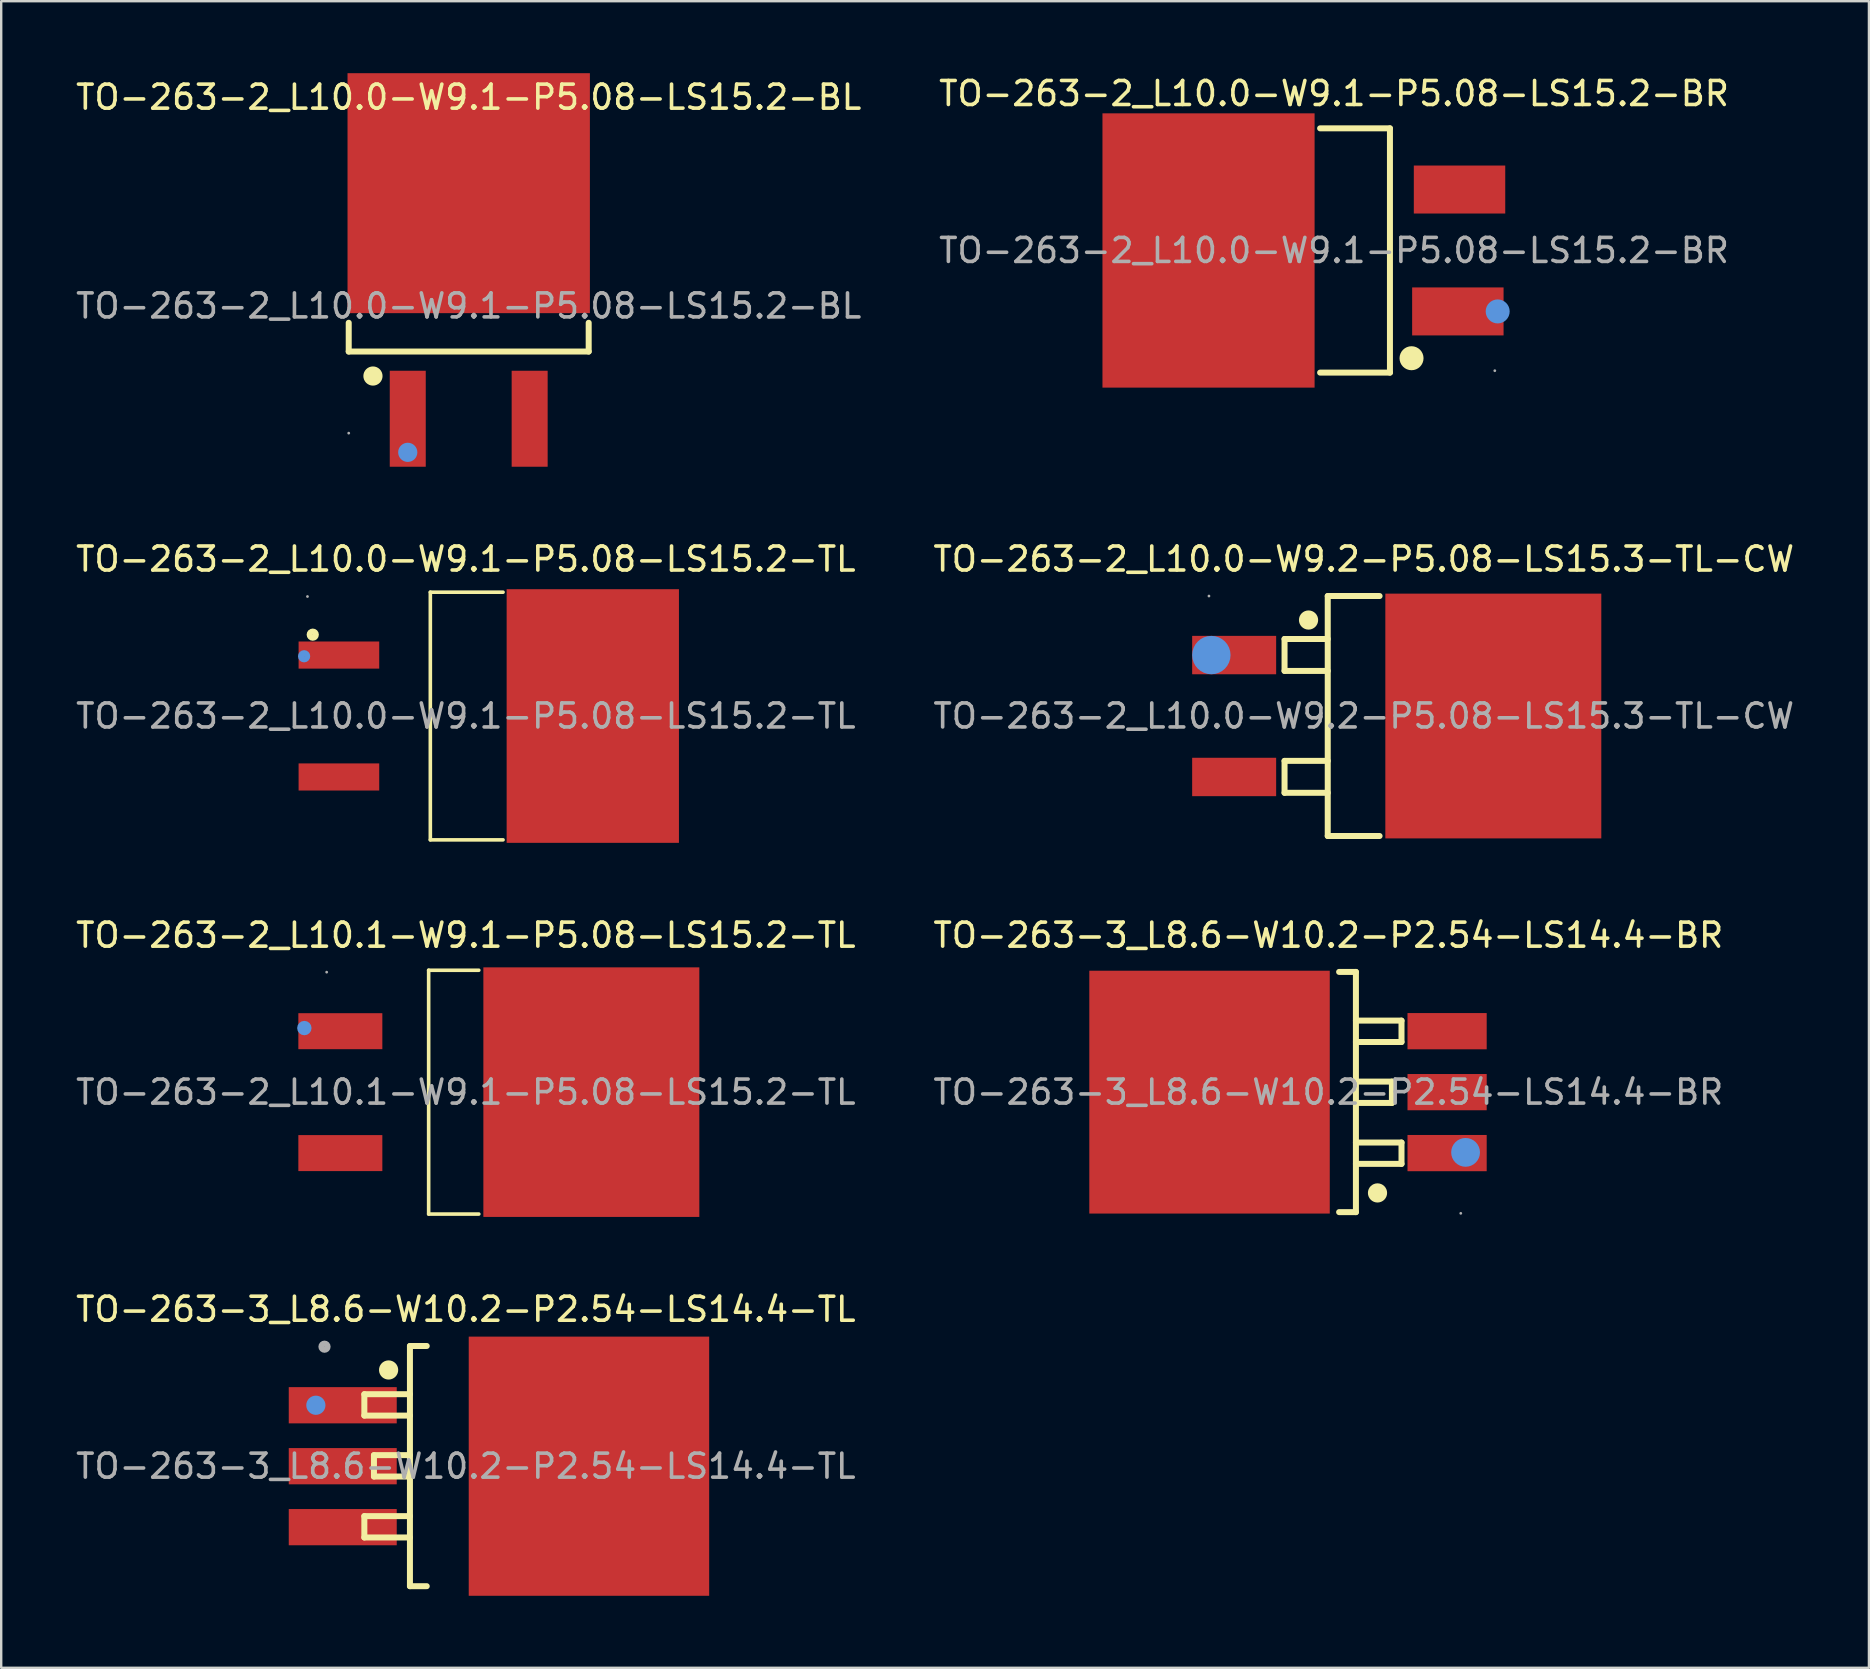
<source format=kicad_pcb>
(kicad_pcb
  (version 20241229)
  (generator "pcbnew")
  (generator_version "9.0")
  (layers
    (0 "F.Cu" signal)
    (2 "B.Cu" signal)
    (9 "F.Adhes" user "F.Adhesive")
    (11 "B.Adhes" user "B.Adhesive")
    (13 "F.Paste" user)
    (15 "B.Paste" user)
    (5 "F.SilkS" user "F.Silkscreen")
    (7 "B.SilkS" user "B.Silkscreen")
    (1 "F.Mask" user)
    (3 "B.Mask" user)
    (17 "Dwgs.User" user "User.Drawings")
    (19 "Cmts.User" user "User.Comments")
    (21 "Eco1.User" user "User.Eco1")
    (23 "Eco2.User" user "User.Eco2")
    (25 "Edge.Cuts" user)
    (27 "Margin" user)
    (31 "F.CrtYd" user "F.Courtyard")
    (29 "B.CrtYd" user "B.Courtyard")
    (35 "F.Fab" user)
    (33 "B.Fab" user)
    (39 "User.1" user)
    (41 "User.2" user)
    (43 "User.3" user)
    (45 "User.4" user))
  (footprint "TO-263-2_L10.0-W9.1-P5.08-LS15.2-TL"
    (layer "F.Cu")
    (at 16.363 26.788)
    (property "Reference" "TO-263-2_L10.0-W9.1-P5.08-LS15.2-TL" (at 0 -6.54 0) (layer "F.SilkS") (effects (font (size 1 1) (thickness 0.15))))
    (attr through_hole)
    (fp_line (start -1.48 -5.16) (end -1.48 5.16) (stroke (width 0.15) (type solid)) (layer "F.SilkS"))
    (fp_line (start 1.55 -5.16) (end -1.48 -5.16) (stroke (width 0.15) (type solid)) (layer "F.SilkS"))
    (fp_line (start 1.55 5.16) (end -1.48 5.16) (stroke (width 0.15) (type solid)) (layer "F.SilkS"))
    (fp_circle (center -6.38 -3.39) (end -6.25 -3.39) (stroke (width 0.25) (type solid)) (fill no) (layer "F.SilkS"))
    (fp_circle (center -6.74 -2.49) (end -6.61 -2.49) (stroke (width 0.25) (type solid)) (fill no) (layer "Cmts.User"))
    (fp_circle (center -6.6 -4.98) (end -6.57 -4.98) (stroke (width 0.06) (type solid)) (fill no) (layer "F.Fab"))
    (fp_text user "${REFERENCE}" (at 0 0 0) (layer "F.Fab") (effects (font (size 1 1) (thickness 0.15))))
    (pad "1" smd rect (at -5.29 -2.54) (size 3.36 1.13) (layers "F.Cu" "F.Mask" "F.Paste"))
    (pad "3" smd rect (at -5.29 2.54) (size 3.36 1.13) (layers "F.Cu" "F.Mask" "F.Paste"))
    (pad "4" smd rect (at 5.29 0) (size 7.18 10.57) (layers "F.Cu" "F.Mask" "F.Paste")))
  (footprint "TO-263-2_L10.0-W9.1-P5.08-LS15.2-BL"
    (layer "F.Cu")
    (at 16.482 9.7)
    (property "Reference" "TO-263-2_L10.0-W9.1-P5.08-LS15.2-BL" (at 0 -8.7 0) (layer "F.SilkS") (effects (font (size 1 1) (thickness 0.15))))
    (attr through_hole)
    (fp_line (start -5 1.9) (end -5 0.7) (stroke (width 0.25) (type solid)) (layer "F.SilkS"))
    (fp_line (start 5 0.7) (end 5 1.9) (stroke (width 0.25) (type solid)) (layer "F.SilkS"))
    (fp_line (start 5 1.9) (end -5 1.9) (stroke (width 0.25) (type solid)) (layer "F.SilkS"))
    (fp_arc (start -3.99 2.92) (mid -3.99 2.92) (end -3.99 2.92) (stroke (width 0.4) (type solid)) (layer "F.SilkS"))
    (fp_circle (center -2.54 6.1) (end -2.34 6.1) (stroke (width 0.4) (type solid)) (fill no) (layer "Cmts.User"))
    (fp_circle (center -5 5.3) (end -4.97 5.3) (stroke (width 0.06) (type solid)) (fill no) (layer "F.Fab"))
    (fp_text user "${REFERENCE}" (at 0 0 0) (layer "F.Fab") (effects (font (size 1 1) (thickness 0.15))))
    (pad "1" smd rect (at -2.54 4.7 180) (size 1.5 4) (layers "F.Cu" "F.Mask" "F.Paste"))
    (pad "3" smd rect (at 2.54 4.7 180) (size 1.5 4) (layers "F.Cu" "F.Mask" "F.Paste"))
    (pad "4" smd rect (at 0 -4.7 180) (size 10.1 10) (layers "F.Cu" "F.Mask" "F.Paste")))
  (footprint "TO-263-2_L10.0-W9.1-P5.08-LS15.2-BR"
    (layer "F.Cu")
    (at 52.542 7.388)
    (property "Reference" "TO-263-2_L10.0-W9.1-P5.08-LS15.2-BR" (at 0 -6.54 0) (layer "F.SilkS") (effects (font (size 1 1) (thickness 0.15))))
    (attr through_hole)
    (fp_line (start 2.33 -5.09) (end -0.58 -5.09) (stroke (width 0.25) (type solid)) (layer "F.SilkS"))
    (fp_line (start 2.33 -5.09) (end 2.33 5.09) (stroke (width 0.25) (type solid)) (layer "F.SilkS"))
    (fp_line (start 2.33 5.09) (end -0.58 5.09) (stroke (width 0.25) (type solid)) (layer "F.SilkS"))
    (fp_circle (center 3.23 4.49) (end 3.48 4.49) (stroke (width 0.5) (type solid)) (fill no) (layer "F.SilkS"))
    (fp_circle (center 6.82 2.54) (end 7.07 2.54) (stroke (width 0.5) (type solid)) (fill no) (layer "Cmts.User"))
    (fp_circle (center 6.7 5.01) (end 6.73 5.01) (stroke (width 0.06) (type solid)) (fill no) (layer "F.Fab"))
    (fp_text user "${REFERENCE}" (at 0 0 0) (layer "F.Fab") (effects (font (size 1 1) (thickness 0.15))))
    (pad "1" smd rect (at 5.16 2.54) (size 3.81 2) (layers "F.Cu" "F.Mask" "F.Paste"))
    (pad "3" smd rect (at 5.23 -2.54) (size 3.81 2) (layers "F.Cu" "F.Mask" "F.Paste"))
    (pad "4" smd rect (at -5.23 0) (size 8.84 11.43) (layers "F.Cu" "F.Mask" "F.Paste")))
  (footprint "TO-263-3_L8.6-W10.2-P2.54-LS14.4-TL"
    (layer "F.Cu")
    (at 16.363 58.05)
    (property "Reference" "TO-263-3_L8.6-W10.2-P2.54-LS14.4-TL" (at 0 -6.54 0) (layer "F.SilkS") (effects (font (size 1 1) (thickness 0.15))))
    (attr through_hole)
    (fp_line (start -4.23 -2.11) (end -4.23 -3) (stroke (width 0.25) (type solid)) (layer "F.SilkS"))
    (fp_line (start -4.23 2.08) (end -2.33 2.08) (stroke (width 0.25) (type solid)) (layer "F.SilkS"))
    (fp_line (start -4.23 2.97) (end -4.23 2.08) (stroke (width 0.25) (type solid)) (layer "F.SilkS"))
    (fp_line (start -3.83 -0.46) (end -2.33 -0.46) (stroke (width 0.25) (type solid)) (layer "F.SilkS"))
    (fp_line (start -3.83 0.43) (end -3.83 -0.46) (stroke (width 0.25) (type solid)) (layer "F.SilkS"))
    (fp_line (start -2.33 -5.01) (end -1.63 -5.01) (stroke (width 0.25) (type solid)) (layer "F.SilkS"))
    (fp_line (start -2.33 -3) (end -4.23 -3) (stroke (width 0.25) (type solid)) (layer "F.SilkS"))
    (fp_line (start -2.33 -2.11) (end -4.23 -2.11) (stroke (width 0.25) (type solid)) (layer "F.SilkS"))
    (fp_line (start -2.33 0.43) (end -3.83 0.43) (stroke (width 0.25) (type solid)) (layer "F.SilkS"))
    (fp_line (start -2.33 2.97) (end -4.23 2.97) (stroke (width 0.25) (type solid)) (layer "F.SilkS"))
    (fp_line (start -2.33 5) (end -2.33 -5.01) (stroke (width 0.25) (type solid)) (layer "F.SilkS"))
    (fp_line (start -1.63 5) (end -2.33 5) (stroke (width 0.25) (type solid)) (layer "F.SilkS"))
    (fp_arc (start -3.22 -4.21) (mid -3.214991 -3.810063) (end -3.230014 -4.209749) (stroke (width 0.4) (type solid)) (layer "F.SilkS"))
    (fp_circle (center -6.25 -2.54) (end -6.05 -2.54) (stroke (width 0.4) (type solid)) (fill no) (layer "Cmts.User"))
    (fp_circle (center -5.89 -4.98) (end -5.76 -4.98) (stroke (width 0.25) (type solid)) (fill no) (layer "F.Fab"))
    (fp_text user "${REFERENCE}" (at 0 0 0) (layer "F.Fab") (effects (font (size 1 1) (thickness 0.15))))
    (pad "1" smd rect (at -5.13 -2.54) (size 4.5 1.51) (layers "F.Cu" "F.Mask" "F.Paste"))
    (pad "2" smd rect (at -5.13 0) (size 4.5 1.51) (layers "F.Cu" "F.Mask" "F.Paste"))
    (pad "3" smd rect (at -5.13 2.54) (size 4.5 1.51) (layers "F.Cu" "F.Mask" "F.Paste"))
    (pad "4" smd rect (at 5.13 0) (size 10.02 10.8) (layers "F.Cu" "F.Mask" "F.Paste")))
  (footprint "TO-263-2_L10.0-W9.2-P5.08-LS15.3-TL-CW"
    (layer "F.Cu")
    (at 53.78 26.788)
    (property "Reference" "TO-263-2_L10.0-W9.2-P5.08-LS15.3-TL-CW" (at 0 -6.54 0) (layer "F.SilkS") (effects (font (size 1 1) (thickness 0.15))))
    (attr through_hole)
    (fp_line (start -3.3 -3.21) (end -1.5 -3.21) (stroke (width 0.25) (type solid)) (layer "F.SilkS"))
    (fp_line (start -3.3 -1.88) (end -3.3 -3.21) (stroke (width 0.25) (type solid)) (layer "F.SilkS"))
    (fp_line (start -3.3 1.87) (end -1.5 1.87) (stroke (width 0.25) (type solid)) (layer "F.SilkS"))
    (fp_line (start -3.3 3.2) (end -3.3 1.87) (stroke (width 0.25) (type solid)) (layer "F.SilkS"))
    (fp_line (start -1.5 -5) (end -1.5 5) (stroke (width 0.25) (type solid)) (layer "F.SilkS"))
    (fp_line (start -1.5 -1.88) (end -3.3 -1.88) (stroke (width 0.25) (type solid)) (layer "F.SilkS"))
    (fp_line (start -1.5 3.2) (end -3.3 3.2) (stroke (width 0.25) (type solid)) (layer "F.SilkS"))
    (fp_line (start -1.5 5) (end 0.66 5) (stroke (width 0.25) (type solid)) (layer "F.SilkS"))
    (fp_line (start 0.66 -5) (end -1.5 -5) (stroke (width 0.25) (type solid)) (layer "F.SilkS"))
    (fp_circle (center -2.3 -4) (end -2.1 -4) (stroke (width 0.4) (type solid)) (fill no) (layer "F.SilkS"))
    (fp_circle (center -6.35 -2.54) (end -5.95 -2.54) (stroke (width 0.8) (type solid)) (fill no) (layer "Cmts.User"))
    (fp_circle (center -6.45 -5) (end -6.42 -5) (stroke (width 0.06) (type solid)) (fill no) (layer "F.Fab"))
    (fp_text user "${REFERENCE}" (at 0 0 0) (layer "F.Fab") (effects (font (size 1 1) (thickness 0.15))))
    (pad "1" smd rect (at -5.4 -2.54) (size 3.5 1.6) (layers "F.Cu" "F.Mask" "F.Paste"))
    (pad "2" smd rect (at 5.4 0) (size 9 10.2) (layers "F.Cu" "F.Mask" "F.Paste"))
    (pad "3" smd rect (at -5.4 2.54) (size 3.5 1.6) (layers "F.Cu" "F.Mask" "F.Paste")))
  (footprint "TO-263-2_L10.1-W9.1-P5.08-LS15.2-TL"
    (layer "F.Cu")
    (at 16.363 42.462)
    (property "Reference" "TO-263-2_L10.1-W9.1-P5.08-LS15.2-TL" (at 0 -6.54 0) (layer "F.SilkS") (effects (font (size 1 1) (thickness 0.15))))
    (attr through_hole)
    (fp_line (start -1.55 -5.08) (end -1.55 5.08) (stroke (width 0.15) (type solid)) (layer "F.SilkS"))
    (fp_line (start -1.55 -5.08) (end 0.54 -5.08) (stroke (width 0.15) (type solid)) (layer "F.SilkS"))
    (fp_line (start -1.55 5.08) (end 0.54 5.08) (stroke (width 0.15) (type solid)) (layer "F.SilkS"))
    (fp_circle (center -6.73 -2.67) (end -6.58 -2.67) (stroke (width 0.3) (type solid)) (fill no) (layer "Cmts.User"))
    (fp_circle (center -5.8 -5) (end -5.77 -5) (stroke (width 0.06) (type solid)) (fill no) (layer "F.Fab"))
    (fp_text user "${REFERENCE}" (at 0 0 0) (layer "F.Fab") (effects (font (size 1 1) (thickness 0.15))))
    (pad "1" smd rect (at -5.23 -2.54) (size 3.5 1.5) (layers "F.Cu" "F.Mask" "F.Paste"))
    (pad "2" smd rect (at 5.23 0) (size 9 10.4) (layers "F.Cu" "F.Mask" "F.Paste"))
    (pad "3" smd rect (at -5.23 2.54) (size 3.5 1.5) (layers "F.Cu" "F.Mask" "F.Paste")))
  (footprint "TO-263-3_L8.6-W10.2-P2.54-LS14.4-BR"
    (layer "F.Cu")
    (at 52.304 42.462)
    (property "Reference" "TO-263-3_L8.6-W10.2-P2.54-LS14.4-BR" (at 0 -6.54 0) (layer "F.SilkS") (effects (font (size 1 1) (thickness 0.15))))
    (attr through_hole)
    (fp_line (start 0.45 -5.01) (end 1.15 -5.01) (stroke (width 0.25) (type solid)) (layer "F.SilkS"))
    (fp_line (start 1.15 -5.01) (end 1.15 5) (stroke (width 0.25) (type solid)) (layer "F.SilkS"))
    (fp_line (start 1.15 -2.98) (end 3.05 -2.98) (stroke (width 0.25) (type solid)) (layer "F.SilkS"))
    (fp_line (start 1.15 -0.44) (end 2.65 -0.44) (stroke (width 0.25) (type solid)) (layer "F.SilkS"))
    (fp_line (start 1.15 2.1) (end 3.05 2.1) (stroke (width 0.25) (type solid)) (layer "F.SilkS"))
    (fp_line (start 1.15 2.99) (end 3.05 2.99) (stroke (width 0.25) (type solid)) (layer "F.SilkS"))
    (fp_line (start 1.15 5) (end 0.45 5) (stroke (width 0.25) (type solid)) (layer "F.SilkS"))
    (fp_line (start 2.65 -0.44) (end 2.65 0.45) (stroke (width 0.25) (type solid)) (layer "F.SilkS"))
    (fp_line (start 2.65 0.45) (end 1.15 0.45) (stroke (width 0.25) (type solid)) (layer "F.SilkS"))
    (fp_line (start 3.05 -2.98) (end 3.05 -2.09) (stroke (width 0.25) (type solid)) (layer "F.SilkS"))
    (fp_line (start 3.05 -2.09) (end 1.15 -2.09) (stroke (width 0.25) (type solid)) (layer "F.SilkS"))
    (fp_line (start 3.05 2.1) (end 3.05 2.99) (stroke (width 0.25) (type solid)) (layer "F.SilkS"))
    (fp_arc (start 2.05 4.2) (mid 2.05 4.2) (end 2.05 4.2) (stroke (width 0.4) (type solid)) (layer "F.SilkS"))
    (fp_circle (center 5.72 2.51) (end 6.02 2.51) (stroke (width 0.6) (type solid)) (fill no) (layer "Cmts.User"))
    (fp_circle (center 5.52 5.05) (end 5.55 5.05) (stroke (width 0.06) (type solid)) (fill no) (layer "F.Fab"))
    (fp_text user "${REFERENCE}" (at 0 0 0) (layer "F.Fab") (effects (font (size 1 1) (thickness 0.15))))
    (pad "1" smd rect (at 4.95 2.54) (size 3.3 1.51) (layers "F.Cu" "F.Mask" "F.Paste"))
    (pad "2" smd rect (at 4.95 0) (size 3.3 1.51) (layers "F.Cu" "F.Mask" "F.Paste"))
    (pad "3" smd rect (at 4.95 -2.54) (size 3.3 1.51) (layers "F.Cu" "F.Mask" "F.Paste"))
    (pad "4" smd rect (at -4.95 0) (size 10.02 10.12) (layers "F.Cu" "F.Mask" "F.Paste")))
  (gr_rect
    (start -3 -3)
    (end 74.833 66.45)
    (stroke (width 0.1) (type default))
    (fill no)
    (layer "Edge.Cuts")))
</source>
